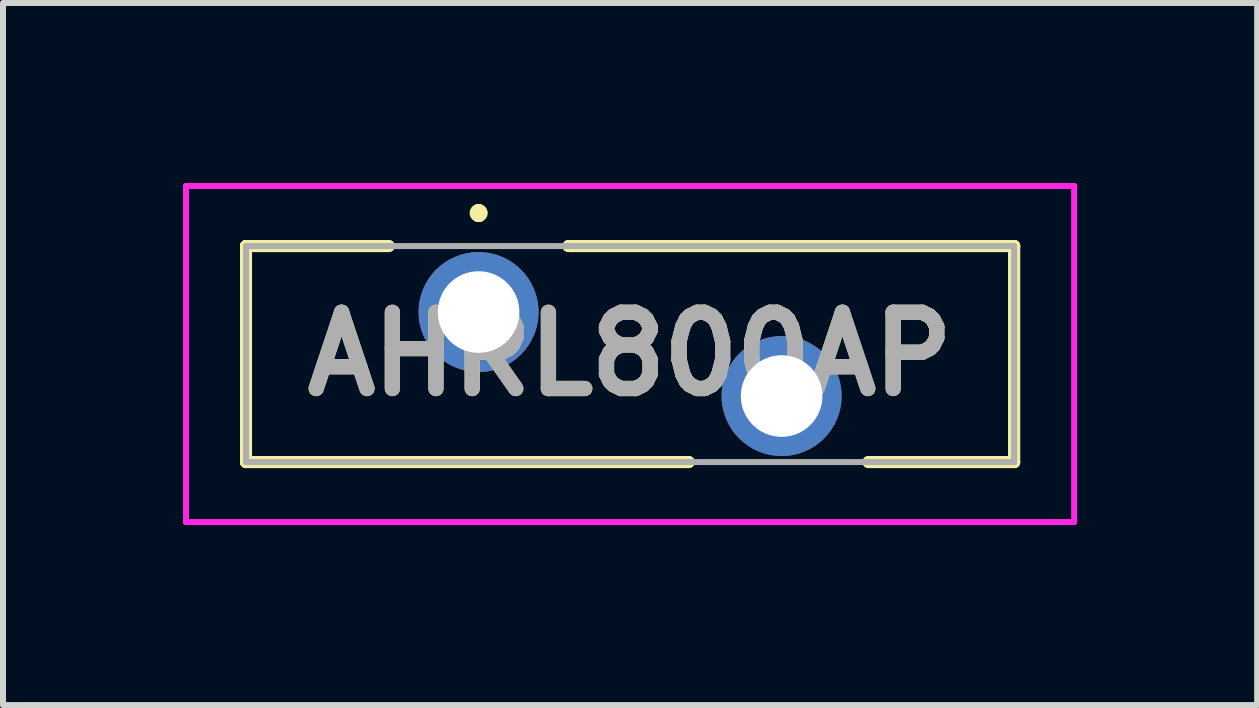
<source format=kicad_pcb>
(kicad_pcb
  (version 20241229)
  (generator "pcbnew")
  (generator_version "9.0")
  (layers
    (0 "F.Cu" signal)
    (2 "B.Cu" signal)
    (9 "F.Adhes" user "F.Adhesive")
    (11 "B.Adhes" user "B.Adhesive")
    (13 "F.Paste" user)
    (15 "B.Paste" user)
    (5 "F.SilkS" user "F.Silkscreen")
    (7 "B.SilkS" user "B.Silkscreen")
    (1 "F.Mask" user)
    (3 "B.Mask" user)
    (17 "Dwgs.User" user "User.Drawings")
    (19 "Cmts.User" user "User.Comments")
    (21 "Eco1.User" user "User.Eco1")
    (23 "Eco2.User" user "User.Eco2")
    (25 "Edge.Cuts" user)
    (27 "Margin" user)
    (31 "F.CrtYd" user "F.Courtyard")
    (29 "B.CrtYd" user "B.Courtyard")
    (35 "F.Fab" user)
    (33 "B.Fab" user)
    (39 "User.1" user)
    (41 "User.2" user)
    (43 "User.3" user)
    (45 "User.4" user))
  (footprint "AHRL800AP"
    (layer "F.Cu")
    (at 4.925 2.15)
    (property "Reference" "AHRL800AP" (at 2.525 0.7 0) (layer "F.SilkS") (effects (font (size 1.27 1.27) (thickness 0.254))))
    (attr through_hole)
    (fp_line (start -3.875 -1.1) (end -3.875 -1.1) (stroke (width 0.2) (type solid)) (layer "F.SilkS"))
    (fp_line (start -3.875 -1.1) (end -3.875 -1.1) (stroke (width 0.2) (type solid)) (layer "F.SilkS"))
    (fp_line (start -3.875 -1.1) (end -3.875 2.5) (stroke (width 0.2) (type solid)) (layer "F.SilkS"))
    (fp_line (start -3.875 -1.1) (end -1.5 -1.1) (stroke (width 0.2) (type solid)) (layer "F.SilkS"))
    (fp_line (start -3.875 2.5) (end -3.875 -1.1) (stroke (width 0.2) (type solid)) (layer "F.SilkS"))
    (fp_line (start -3.875 2.5) (end -3.875 2.5) (stroke (width 0.2) (type solid)) (layer "F.SilkS"))
    (fp_line (start -3.875 2.5) (end -3.875 2.5) (stroke (width 0.2) (type solid)) (layer "F.SilkS"))
    (fp_line (start -3.875 2.5) (end 3.5 2.5) (stroke (width 0.2) (type solid)) (layer "F.SilkS"))
    (fp_line (start -1.5 -1.1) (end -3.875 -1.1) (stroke (width 0.2) (type solid)) (layer "F.SilkS"))
    (fp_line (start -1.5 -1.1) (end -1.5 -1.1) (stroke (width 0.2) (type solid)) (layer "F.SilkS"))
    (fp_line (start 0 -1.7) (end 0 -1.7) (stroke (width 0.2) (type solid)) (layer "F.SilkS"))
    (fp_line (start 0 -1.6) (end 0 -1.6) (stroke (width 0.2) (type solid)) (layer "F.SilkS"))
    (fp_line (start 0 -1.6) (end 0 -1.6) (stroke (width 0.2) (type solid)) (layer "F.SilkS"))
    (fp_line (start 1.5 -1.1) (end 1.5 -1.1) (stroke (width 0.2) (type solid)) (layer "F.SilkS"))
    (fp_line (start 1.5 -1.1) (end 8.925 -1.1) (stroke (width 0.2) (type solid)) (layer "F.SilkS"))
    (fp_line (start 3.5 2.5) (end -3.875 2.5) (stroke (width 0.2) (type solid)) (layer "F.SilkS"))
    (fp_line (start 3.5 2.5) (end 3.5 2.5) (stroke (width 0.2) (type solid)) (layer "F.SilkS"))
    (fp_line (start 6.5 2.5) (end 6.5 2.5) (stroke (width 0.2) (type solid)) (layer "F.SilkS"))
    (fp_line (start 6.5 2.5) (end 8.925 2.5) (stroke (width 0.2) (type solid)) (layer "F.SilkS"))
    (fp_line (start 8.925 -1.1) (end 1.5 -1.1) (stroke (width 0.2) (type solid)) (layer "F.SilkS"))
    (fp_line (start 8.925 -1.1) (end 8.925 -1.1) (stroke (width 0.2) (type solid)) (layer "F.SilkS"))
    (fp_line (start 8.925 -1.1) (end 8.925 -1.1) (stroke (width 0.2) (type solid)) (layer "F.SilkS"))
    (fp_line (start 8.925 -1.1) (end 8.925 2.5) (stroke (width 0.2) (type solid)) (layer "F.SilkS"))
    (fp_line (start 8.925 2.5) (end 6.5 2.5) (stroke (width 0.2) (type solid)) (layer "F.SilkS"))
    (fp_line (start 8.925 2.5) (end 8.925 -1.1) (stroke (width 0.2) (type solid)) (layer "F.SilkS"))
    (fp_line (start 8.925 2.5) (end 8.925 2.5) (stroke (width 0.2) (type solid)) (layer "F.SilkS"))
    (fp_line (start 8.925 2.5) (end 8.925 2.5) (stroke (width 0.2) (type solid)) (layer "F.SilkS"))
    (fp_arc (start 0 -1.7) (mid 0.05 -1.65) (end 0 -1.6) (stroke (width 0.2) (type solid)) (layer "F.SilkS"))
    (fp_arc (start 0 -1.7) (mid 0.05 -1.65) (end 0 -1.6) (stroke (width 0.2) (type solid)) (layer "F.SilkS"))
    (fp_arc (start 0 -1.6) (mid -0.05 -1.65) (end 0 -1.7) (stroke (width 0.2) (type solid)) (layer "F.SilkS"))
    (fp_line (start -4.875 -2.1) (end 9.925 -2.1) (stroke (width 0.1) (type solid)) (layer "F.CrtYd"))
    (fp_line (start -4.875 3.5) (end -4.875 -2.1) (stroke (width 0.1) (type solid)) (layer "F.CrtYd"))
    (fp_line (start 9.925 -2.1) (end 9.925 3.5) (stroke (width 0.1) (type solid)) (layer "F.CrtYd"))
    (fp_line (start 9.925 3.5) (end -4.875 3.5) (stroke (width 0.1) (type solid)) (layer "F.CrtYd"))
    (fp_line (start -3.875 -1.1) (end -3.875 2.5) (stroke (width 0.1) (type solid)) (layer "F.Fab"))
    (fp_line (start -3.875 2.5) (end 8.925 2.5) (stroke (width 0.1) (type solid)) (layer "F.Fab"))
    (fp_line (start 8.925 -1.1) (end -3.875 -1.1) (stroke (width 0.1) (type solid)) (layer "F.Fab"))
    (fp_line (start 8.925 2.5) (end 8.925 -1.1) (stroke (width 0.1) (type solid)) (layer "F.Fab"))
    (fp_text user "${REFERENCE}" (at 2.525 0.7 0) (layer "F.Fab") (effects (font (size 1.27 1.27) (thickness 0.254))))
    (pad "1" thru_hole circle (at 0 0) (size 2 2) (drill 1.36) (layers "*.Cu" "*.Mask"))
    (pad "2" thru_hole circle (at 5.05 1.4) (size 2 2) (drill 1.36) (layers "*.Cu" "*.Mask")))
  (gr_rect
    (start -3 -3)
    (end 17.9 8.7)
    (stroke (width 0.1) (type default))
    (fill no)
    (layer "Edge.Cuts")))
</source>
